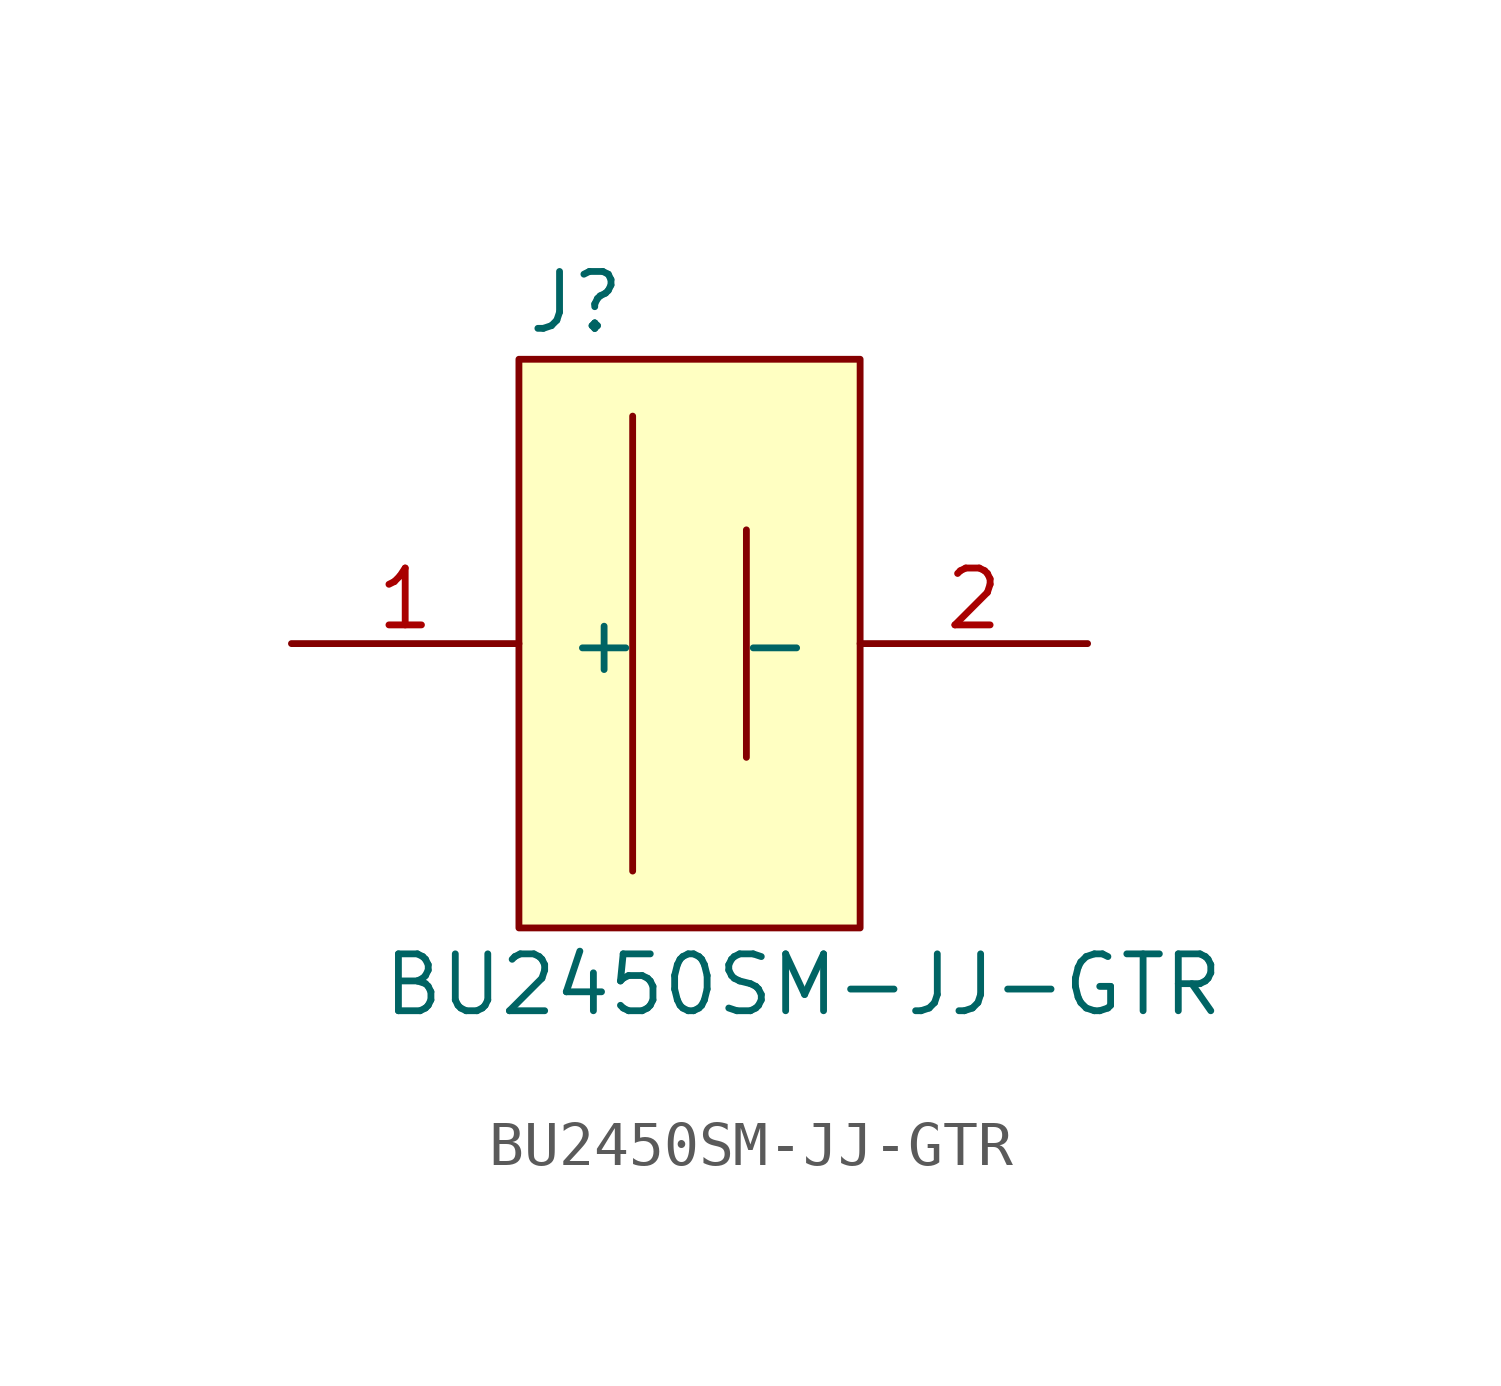
<source format=kicad_sym>
(kicad_symbol_lib
  (version 20220914)
  (generator kicad_symbol_editor)
  (symbol "BU2450SM-JJ-GTR"
    (pin_names
      (offset 1.016))
    (property "Reference" "J"
      (at -2.54 6.35 0)
      (effects (font (size 1.27 1.27))))
    (property "Value" "BU2450SM-JJ-GTR"
      (at 2.54 -8.89 0)
      (effects (font (size 1.27 1.27))))
    (symbol "BU2450SM-JJ-GTR_0_1"
      (rectangle (start -3.81 5.08) (end 3.81 -7.62) (stroke (width 0) (type default)) (fill (type background)))
      (polyline (pts (xy -1.27 3.81) (xy -1.27 -6.35)) (stroke (width 0) (type default)) (fill (type none)))
      (polyline (pts (xy 1.27 1.27) (xy 1.27 -3.81)) (stroke (width 0) (type default)) (fill (type none))))
    (symbol "BU2450SM-JJ-GTR_1_1"
      (pin power_out line (at -8.89 -1.27 0) (length 5.08) (name "+" (effects (font (size 1.27 1.27)))) (number "1" (effects (font (size 1.27 1.27)))))
      (pin passive line (at 8.89 -1.27 180) (length 5.08) (name "-" (effects (font (size 1.27 1.27)))) (number "2" (effects (font (size 1.27 1.27))))))))
</source>
